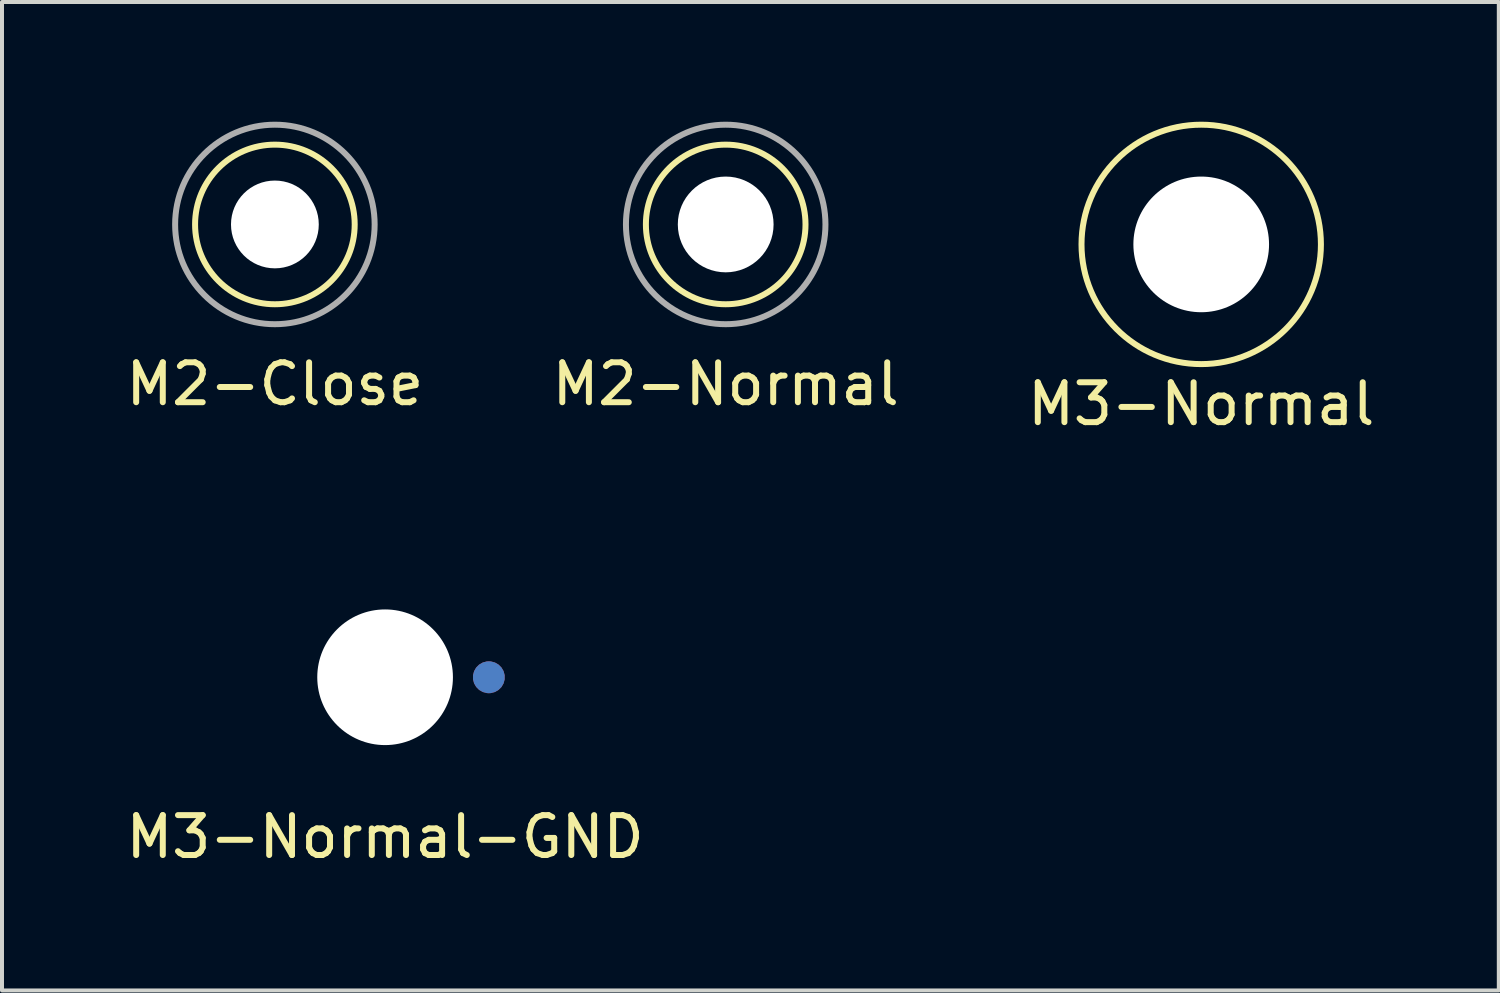
<source format=kicad_pcb>
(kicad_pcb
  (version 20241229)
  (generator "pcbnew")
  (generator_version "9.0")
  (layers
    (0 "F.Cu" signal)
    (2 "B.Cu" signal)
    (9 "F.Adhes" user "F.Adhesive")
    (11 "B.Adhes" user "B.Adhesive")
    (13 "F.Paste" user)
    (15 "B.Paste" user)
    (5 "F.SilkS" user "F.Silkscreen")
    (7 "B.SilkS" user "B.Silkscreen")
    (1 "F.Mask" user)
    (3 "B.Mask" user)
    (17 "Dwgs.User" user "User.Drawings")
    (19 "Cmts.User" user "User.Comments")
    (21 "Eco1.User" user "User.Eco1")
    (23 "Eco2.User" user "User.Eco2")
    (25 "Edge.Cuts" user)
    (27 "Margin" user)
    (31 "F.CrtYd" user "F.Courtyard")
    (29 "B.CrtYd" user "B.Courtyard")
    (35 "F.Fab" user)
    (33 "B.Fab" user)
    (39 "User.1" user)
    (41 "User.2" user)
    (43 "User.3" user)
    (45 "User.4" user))
  (footprint "M2-Close"
    (layer "F.Cu")
    (at 3.839 2.575)
    (property "Reference" "M2-Close" (at 0 4 0) (layer "F.SilkS") (effects (font (size 1 1) (thickness 0.15))))
    (attr through_hole)
    (fp_circle (center 0 0) (end 2 0) (stroke (width 0.15) (type solid)) (fill no) (layer "F.SilkS"))
    (fp_circle (center 0 0) (end 2.5 0) (stroke (width 0.15) (type solid)) (fill no) (layer "F.Fab"))
    (pad "" np_thru_hole circle (at 0 0) (size 2.2 2.2) (drill 2.2) (layers "*.Cu" "*.Mask")))
  (footprint "M3-Normal-GND"
    (layer "F.Cu")
    (at 6.601 13.923)
    (property "Reference" "M3-Normal-GND" (at 0 4 0) (layer "F.SilkS") (effects (font (size 1 1) (thickness 0.15))))
    (attr through_hole)
    (pad "" np_thru_hole circle (at 0 0) (size 3.4 3.4) (drill 3.4) (layers "*.Cu" "*.Mask"))
    (pad "" smd custom (at 2.6 0) (size 0.8 0.8) (layers "F.Cu" "F.Mask") (options (anchor circle)) (primitives (gr_arc (start 0 0) (mid -5.2 0) (end 0 0) (width 0.8))))
    (pad "" smd custom (at 2.6 0) (size 0.8 0.8) (layers "B.Cu" "B.Mask") (options (anchor circle)) (primitives (gr_arc (start 0 0) (mid -5.2 0) (end 0 0) (width 0.8)))))
  (footprint "M2-Normal"
    (layer "F.Cu")
    (at 15.137 2.575)
    (property "Reference" "M2-Normal" (at 0 4 0) (layer "F.SilkS") (effects (font (size 1 1) (thickness 0.15))))
    (attr through_hole)
    (fp_circle (center 0 0) (end 2 0) (stroke (width 0.15) (type solid)) (fill no) (layer "F.SilkS"))
    (fp_circle (center 0 0) (end 2.5 0) (stroke (width 0.15) (type solid)) (fill no) (layer "F.Fab"))
    (pad "" np_thru_hole circle (at 0 0) (size 2.4 2.4) (drill 2.4) (layers "*.Cu" "*.Mask")))
  (footprint "M3-Normal"
    (layer "F.Cu")
    (at 27.054 3.075)
    (property "Reference" "M3-Normal" (at 0 4 0) (layer "F.SilkS") (effects (font (size 1 1) (thickness 0.15))))
    (attr through_hole)
    (fp_circle (center 0 0) (end 3 0) (stroke (width 0.15) (type solid)) (fill no) (layer "F.SilkS"))
    (pad "" np_thru_hole circle (at 0 0) (size 3.4 3.4) (drill 3.4) (layers "*.Cu" "*.Mask")))
  (gr_rect
    (start -3 -3)
    (end 34.512 21.772)
    (stroke (width 0.1) (type default))
    (fill no)
    (layer "Edge.Cuts")))
</source>
